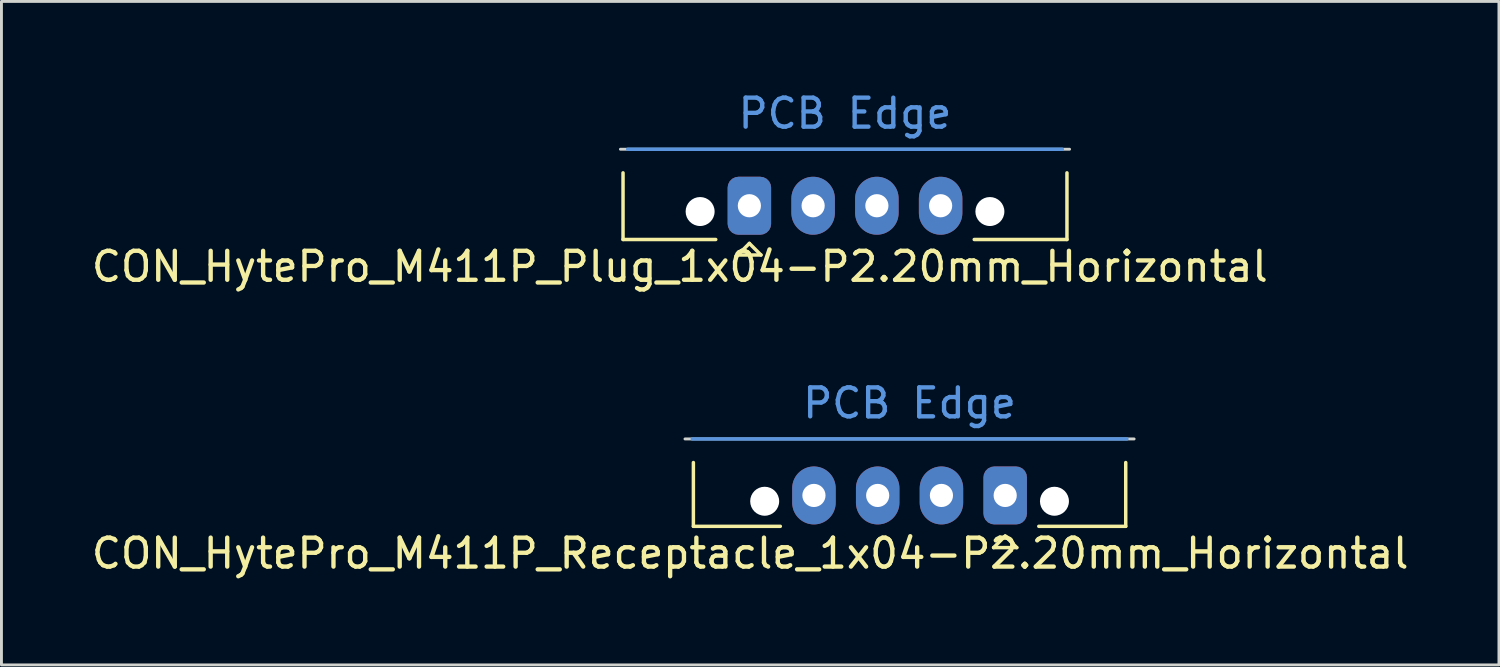
<source format=kicad_pcb>
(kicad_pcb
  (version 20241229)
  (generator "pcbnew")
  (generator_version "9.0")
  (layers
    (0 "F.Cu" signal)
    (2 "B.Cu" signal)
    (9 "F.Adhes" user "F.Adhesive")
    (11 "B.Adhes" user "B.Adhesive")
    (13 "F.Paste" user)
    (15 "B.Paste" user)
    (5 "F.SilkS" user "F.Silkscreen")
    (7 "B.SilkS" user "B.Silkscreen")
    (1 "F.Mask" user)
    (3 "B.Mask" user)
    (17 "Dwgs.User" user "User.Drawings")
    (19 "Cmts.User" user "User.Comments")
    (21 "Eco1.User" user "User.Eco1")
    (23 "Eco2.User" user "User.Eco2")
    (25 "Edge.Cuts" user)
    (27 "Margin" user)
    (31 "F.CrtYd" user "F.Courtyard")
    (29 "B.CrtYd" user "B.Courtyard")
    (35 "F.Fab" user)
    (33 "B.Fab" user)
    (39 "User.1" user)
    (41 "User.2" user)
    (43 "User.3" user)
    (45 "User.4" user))
  (footprint "CON_HytePro_M411P_Receptacle_1x04-P2.20mm_Horizontal"
    (layer "F.Cu")
    (at 31.639 14.048)
    (property "Reference" "CON_HytePro_M411P_Receptacle_1x04-P2.20mm_Horizontal" (at -8.8 2 0) (unlocked yes) (layer "F.SilkS") (effects (font (size 1 1) (thickness 0.15))))
    (attr through_hole)
    (fp_line (start -10.76 -1.135) (end -10.76 1.065) (stroke (width 0.12) (type solid)) (layer "F.SilkS"))
    (fp_line (start -10.76 1.065) (end -7.76 1.065) (stroke (width 0.12) (type solid)) (layer "F.SilkS"))
    (fp_line (start -0.4 1.8) (end 0.4 1.8) (stroke (width 0.12) (type solid)) (layer "F.SilkS"))
    (fp_line (start 0 1.4) (end -0.4 1.8) (stroke (width 0.12) (type solid)) (layer "F.SilkS"))
    (fp_line (start 0.4 1.8) (end 0 1.4) (stroke (width 0.12) (type solid)) (layer "F.SilkS"))
    (fp_line (start 1.16 1.065) (end 4.16 1.065) (stroke (width 0.12) (type solid)) (layer "F.SilkS"))
    (fp_line (start 4.16 -1.135) (end 4.16 1.065) (stroke (width 0.12) (type solid)) (layer "F.SilkS"))
    (fp_line (start -10.8 -1.95) (end 4.2 -1.95) (stroke (width 0.12) (type solid)) (layer "Cmts.User"))
    (fp_line (start -11.05 -1.95) (end 4.45 -1.95) (stroke (width 0.1) (type default)) (layer "Edge.Cuts"))
    (fp_text user "PCB Edge" (at -3.3 -2.6 0) (unlocked yes) (layer "Cmts.User") (effects (font (size 1 1) (thickness 0.15)) (justify bottom)))
    (pad "" np_thru_hole circle (at -8.3 0.2) (size 1 1) (drill 1) (layers "*.Cu" "*.Mask"))
    (pad "" np_thru_hole circle (at 1.7 0.2) (size 1 1) (drill 1) (layers "*.Cu" "*.Mask"))
    (pad "1" thru_hole roundrect (at 0 0 180) (size 1.5 2) (drill 0.8) (layers "*.Cu" "*.Mask") (roundrect_rratio 0.25))
    (pad "2" thru_hole oval (at -2.2 0 180) (size 1.5 2) (drill 0.8) (layers "*.Cu" "*.Mask"))
    (pad "3" thru_hole oval (at -4.4 0 180) (size 1.5 2) (drill 0.8) (layers "*.Cu" "*.Mask"))
    (pad "4" thru_hole oval (at -6.6 0 180) (size 1.5 2) (drill 0.8) (layers "*.Cu" "*.Mask")))
  (footprint "CON_HytePro_M411P_Plug_1x04-P2.20mm_Horizontal"
    (layer "F.Cu")
    (at 22.811 4.05)
    (property "Reference" "CON_HytePro_M411P_Plug_1x04-P2.20mm_Horizontal" (at -2.4 2.1 0) (unlocked yes) (layer "F.SilkS") (effects (font (size 1 1) (thickness 0.15))))
    (attr through_hole)
    (fp_line (start -4.36 -1.135) (end -4.36 1.165) (stroke (width 0.12) (type solid)) (layer "F.SilkS"))
    (fp_line (start -4.36 1.165) (end -1.16 1.165) (stroke (width 0.12) (type solid)) (layer "F.SilkS"))
    (fp_line (start -0.4 1.7) (end 0.4 1.7) (stroke (width 0.12) (type solid)) (layer "F.SilkS"))
    (fp_line (start 0 1.3) (end -0.4 1.7) (stroke (width 0.12) (type solid)) (layer "F.SilkS"))
    (fp_line (start 0.4 1.7) (end 0 1.3) (stroke (width 0.12) (type solid)) (layer "F.SilkS"))
    (fp_line (start 7.76 1.165) (end 10.96 1.165) (stroke (width 0.12) (type solid)) (layer "F.SilkS"))
    (fp_line (start 10.96 -1.135) (end 10.96 1.165) (stroke (width 0.12) (type solid)) (layer "F.SilkS"))
    (fp_line (start -4.2 -1.95) (end 10.8 -1.95) (stroke (width 0.12) (type solid)) (layer "Cmts.User"))
    (fp_line (start -4.45 -1.95) (end 11.05 -1.95) (stroke (width 0.1) (type default)) (layer "Edge.Cuts"))
    (fp_text user "PCB Edge" (at 3.3 -2.6 0) (unlocked yes) (layer "Cmts.User") (effects (font (size 1 1) (thickness 0.15)) (justify bottom)))
    (pad "" np_thru_hole circle (at -1.7 0.2) (size 1 1) (drill 1) (layers "*.Cu" "*.Mask"))
    (pad "" np_thru_hole circle (at 8.3 0.2) (size 1 1) (drill 1) (layers "*.Cu" "*.Mask"))
    (pad "1" thru_hole roundrect (at 0 0) (size 1.5 2) (drill 0.8) (layers "*.Cu" "*.Mask") (roundrect_rratio 0.25))
    (pad "2" thru_hole oval (at 2.2 0) (size 1.5 2) (drill 0.8) (layers "*.Cu" "*.Mask"))
    (pad "3" thru_hole oval (at 4.4 0) (size 1.5 2) (drill 0.8) (layers "*.Cu" "*.Mask"))
    (pad "4" thru_hole oval (at 6.6 0) (size 1.5 2) (drill 0.8) (layers "*.Cu" "*.Mask")))
  (gr_rect
    (start -3 -3)
    (end 48.679 19.896)
    (stroke (width 0.1) (type default))
    (fill no)
    (layer "Edge.Cuts")))
</source>
